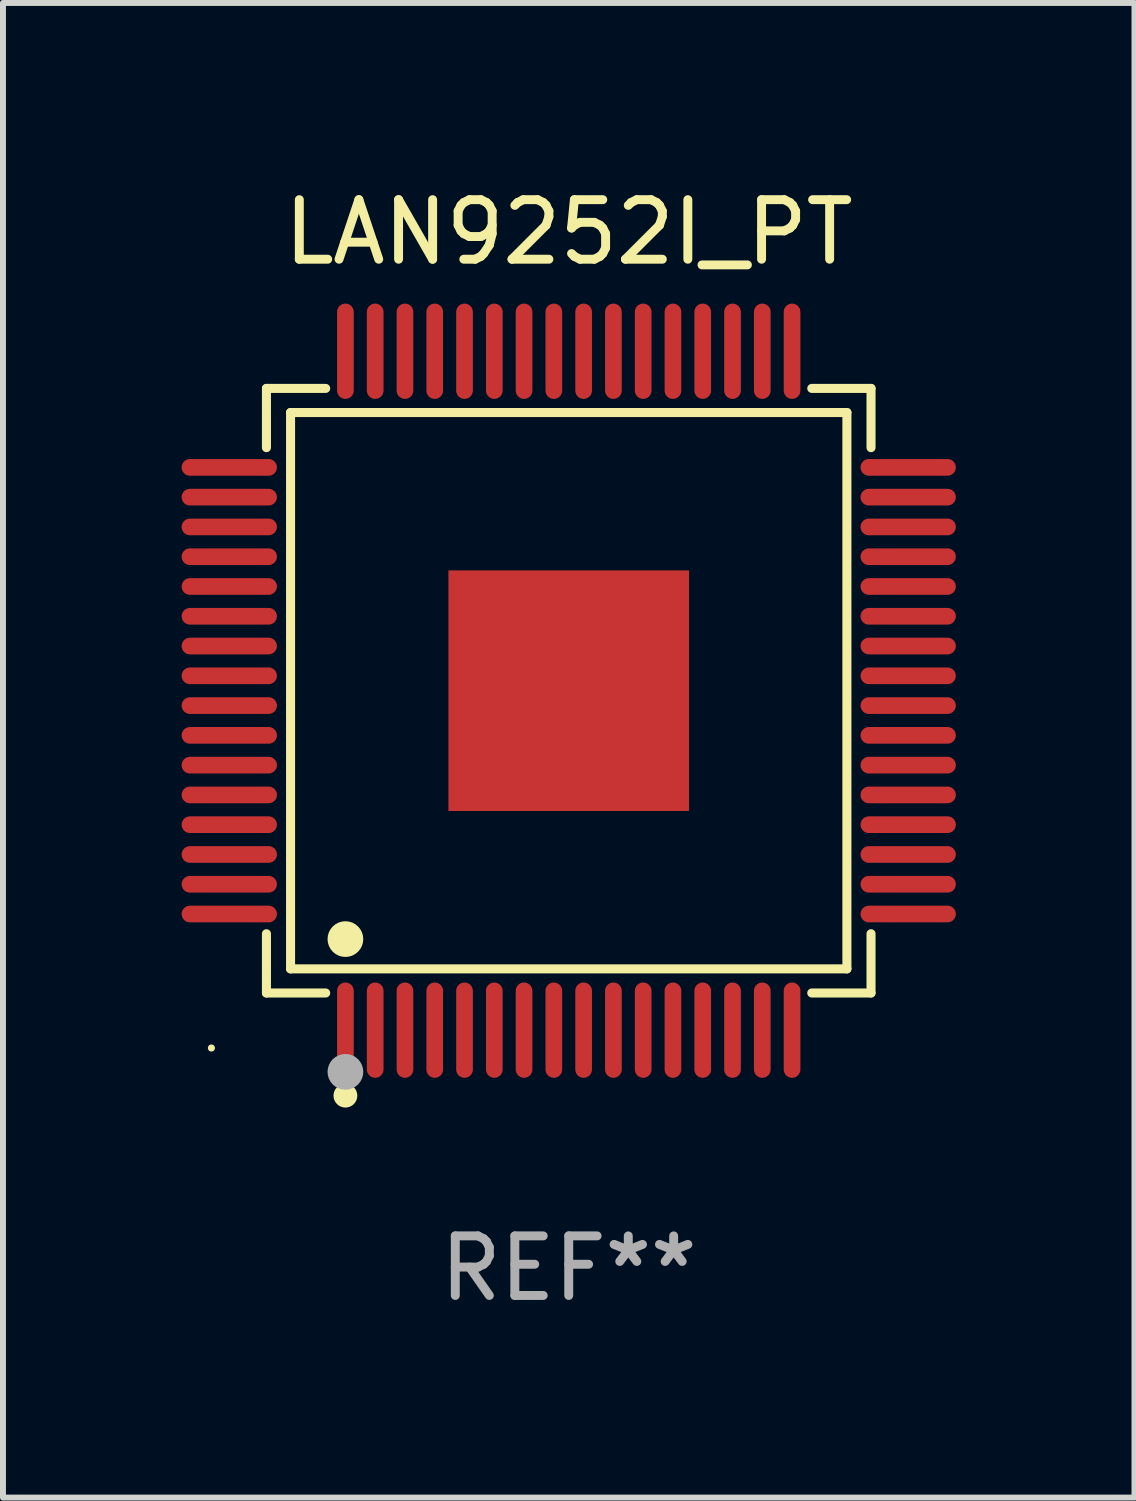
<source format=kicad_pcb>
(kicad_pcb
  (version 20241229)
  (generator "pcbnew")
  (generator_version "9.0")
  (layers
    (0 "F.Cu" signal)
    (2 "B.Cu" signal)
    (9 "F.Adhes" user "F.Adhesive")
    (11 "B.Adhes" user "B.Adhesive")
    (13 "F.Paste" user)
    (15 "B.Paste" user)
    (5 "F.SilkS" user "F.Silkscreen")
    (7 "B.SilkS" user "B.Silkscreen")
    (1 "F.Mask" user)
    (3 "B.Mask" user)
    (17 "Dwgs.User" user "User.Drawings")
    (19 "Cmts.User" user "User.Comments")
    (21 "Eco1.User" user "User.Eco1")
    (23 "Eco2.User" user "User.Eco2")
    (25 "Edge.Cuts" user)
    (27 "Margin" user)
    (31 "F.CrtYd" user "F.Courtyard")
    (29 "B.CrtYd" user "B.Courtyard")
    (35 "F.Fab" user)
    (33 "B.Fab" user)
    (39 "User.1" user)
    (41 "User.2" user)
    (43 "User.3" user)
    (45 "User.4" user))
  (footprint "LAN9252I_PT"
    (layer "F.Cu")
    (at 6.5 8.548)
    (property "Reference" "LAN9252I_PT" (at 0 -7.7 0) (layer "F.SilkS") (effects (font (size 1 1) (thickness 0.15))))
    (attr through_hole)
    (fp_line (start -5.076 -5.076) (end -4.081 -5.076) (stroke (width 0.152) (type solid)) (layer "F.SilkS"))
    (fp_line (start -5.076 -4.081) (end -5.076 -5.076) (stroke (width 0.152) (type solid)) (layer "F.SilkS"))
    (fp_line (start -5.076 4.081) (end -5.076 5.076) (stroke (width 0.152) (type solid)) (layer "F.SilkS"))
    (fp_line (start -5.076 5.076) (end -4.081 5.076) (stroke (width 0.152) (type solid)) (layer "F.SilkS"))
    (fp_line (start -4.671 -4.671) (end 4.671 -4.671) (stroke (width 0.152) (type solid)) (layer "F.SilkS"))
    (fp_line (start -4.671 4.671) (end -4.671 -4.671) (stroke (width 0.152) (type solid)) (layer "F.SilkS"))
    (fp_line (start 4.671 -4.671) (end 4.671 4.671) (stroke (width 0.152) (type solid)) (layer "F.SilkS"))
    (fp_line (start 4.671 4.671) (end -4.671 4.671) (stroke (width 0.152) (type solid)) (layer "F.SilkS"))
    (fp_line (start 5.076 -5.076) (end 4.081 -5.076) (stroke (width 0.152) (type solid)) (layer "F.SilkS"))
    (fp_line (start 5.076 -4.081) (end 5.076 -5.076) (stroke (width 0.152) (type solid)) (layer "F.SilkS"))
    (fp_line (start 5.076 4.081) (end 5.076 5.076) (stroke (width 0.152) (type solid)) (layer "F.SilkS"))
    (fp_line (start 5.076 5.076) (end 4.081 5.076) (stroke (width 0.152) (type solid)) (layer "F.SilkS"))
    (fp_circle (center -6 6) (end -5.97 6) (stroke (width 0.06) (type solid)) (fill no) (layer "F.SilkS"))
    (fp_circle (center -3.75 4.171) (end -3.6 4.171) (stroke (width 0.3) (type solid)) (fill no) (layer "F.SilkS"))
    (fp_circle (center -3.75 6.8) (end -3.65 6.8) (stroke (width 0.2) (type solid)) (fill no) (layer "F.SilkS"))
    (fp_circle (center -3.75 6.4) (end -3.6 6.4) (stroke (width 0.3) (type solid)) (fill no) (layer "F.Fab"))
    (fp_text user "REF**" (at 0 9.7 0) (layer "F.Fab") (effects (font (size 1 1) (thickness 0.15))))
    (pad "1" smd oval (at -3.75 5.7) (size 0.28 1.6) (layers "F.Cu" "F.Mask" "F.Paste"))
    (pad "2" smd oval (at -3.25 5.7) (size 0.28 1.6) (layers "F.Cu" "F.Mask" "F.Paste"))
    (pad "3" smd oval (at -2.75 5.7) (size 0.28 1.6) (layers "F.Cu" "F.Mask" "F.Paste"))
    (pad "4" smd oval (at -2.25 5.7) (size 0.28 1.6) (layers "F.Cu" "F.Mask" "F.Paste"))
    (pad "5" smd oval (at -1.75 5.7) (size 0.28 1.6) (layers "F.Cu" "F.Mask" "F.Paste"))
    (pad "6" smd oval (at -1.25 5.7) (size 0.28 1.6) (layers "F.Cu" "F.Mask" "F.Paste"))
    (pad "7" smd oval (at -0.75 5.7) (size 0.28 1.6) (layers "F.Cu" "F.Mask" "F.Paste"))
    (pad "8" smd oval (at -0.25 5.7) (size 0.28 1.6) (layers "F.Cu" "F.Mask" "F.Paste"))
    (pad "9" smd oval (at 0.25 5.7) (size 0.28 1.6) (layers "F.Cu" "F.Mask" "F.Paste"))
    (pad "10" smd oval (at 0.75 5.7) (size 0.28 1.6) (layers "F.Cu" "F.Mask" "F.Paste"))
    (pad "11" smd oval (at 1.25 5.7) (size 0.28 1.6) (layers "F.Cu" "F.Mask" "F.Paste"))
    (pad "12" smd oval (at 1.75 5.7) (size 0.28 1.6) (layers "F.Cu" "F.Mask" "F.Paste"))
    (pad "13" smd oval (at 2.25 5.7) (size 0.28 1.6) (layers "F.Cu" "F.Mask" "F.Paste"))
    (pad "14" smd oval (at 2.75 5.7) (size 0.28 1.6) (layers "F.Cu" "F.Mask" "F.Paste"))
    (pad "15" smd oval (at 3.25 5.7) (size 0.28 1.6) (layers "F.Cu" "F.Mask" "F.Paste"))
    (pad "16" smd oval (at 3.75 5.7) (size 0.28 1.6) (layers "F.Cu" "F.Mask" "F.Paste"))
    (pad "17" smd oval (at 5.7 3.75) (size 1.6 0.28) (layers "F.Cu" "F.Mask" "F.Paste"))
    (pad "18" smd oval (at 5.7 3.25) (size 1.6 0.28) (layers "F.Cu" "F.Mask" "F.Paste"))
    (pad "19" smd oval (at 5.7 2.75) (size 1.6 0.28) (layers "F.Cu" "F.Mask" "F.Paste"))
    (pad "20" smd oval (at 5.7 2.25) (size 1.6 0.28) (layers "F.Cu" "F.Mask" "F.Paste"))
    (pad "21" smd oval (at 5.7 1.75) (size 1.6 0.28) (layers "F.Cu" "F.Mask" "F.Paste"))
    (pad "22" smd oval (at 5.7 1.25) (size 1.6 0.28) (layers "F.Cu" "F.Mask" "F.Paste"))
    (pad "23" smd oval (at 5.7 0.75) (size 1.6 0.28) (layers "F.Cu" "F.Mask" "F.Paste"))
    (pad "24" smd oval (at 5.7 0.25) (size 1.6 0.28) (layers "F.Cu" "F.Mask" "F.Paste"))
    (pad "25" smd oval (at 5.7 -0.25) (size 1.6 0.28) (layers "F.Cu" "F.Mask" "F.Paste"))
    (pad "26" smd oval (at 5.7 -0.75) (size 1.6 0.28) (layers "F.Cu" "F.Mask" "F.Paste"))
    (pad "27" smd oval (at 5.7 -1.25) (size 1.6 0.28) (layers "F.Cu" "F.Mask" "F.Paste"))
    (pad "28" smd oval (at 5.7 -1.75) (size 1.6 0.28) (layers "F.Cu" "F.Mask" "F.Paste"))
    (pad "29" smd oval (at 5.7 -2.25) (size 1.6 0.28) (layers "F.Cu" "F.Mask" "F.Paste"))
    (pad "30" smd oval (at 5.7 -2.75) (size 1.6 0.28) (layers "F.Cu" "F.Mask" "F.Paste"))
    (pad "31" smd oval (at 5.7 -3.25) (size 1.6 0.28) (layers "F.Cu" "F.Mask" "F.Paste"))
    (pad "32" smd oval (at 5.7 -3.75) (size 1.6 0.28) (layers "F.Cu" "F.Mask" "F.Paste"))
    (pad "33" smd oval (at 3.75 -5.7) (size 0.28 1.6) (layers "F.Cu" "F.Mask" "F.Paste"))
    (pad "34" smd oval (at 3.25 -5.7) (size 0.28 1.6) (layers "F.Cu" "F.Mask" "F.Paste"))
    (pad "35" smd oval (at 2.75 -5.7) (size 0.28 1.6) (layers "F.Cu" "F.Mask" "F.Paste"))
    (pad "36" smd oval (at 2.25 -5.7) (size 0.28 1.6) (layers "F.Cu" "F.Mask" "F.Paste"))
    (pad "37" smd oval (at 1.75 -5.7) (size 0.28 1.6) (layers "F.Cu" "F.Mask" "F.Paste"))
    (pad "38" smd oval (at 1.25 -5.7) (size 0.28 1.6) (layers "F.Cu" "F.Mask" "F.Paste"))
    (pad "39" smd oval (at 0.75 -5.7) (size 0.28 1.6) (layers "F.Cu" "F.Mask" "F.Paste"))
    (pad "40" smd oval (at 0.25 -5.7) (size 0.28 1.6) (layers "F.Cu" "F.Mask" "F.Paste"))
    (pad "41" smd oval (at -0.25 -5.7) (size 0.28 1.6) (layers "F.Cu" "F.Mask" "F.Paste"))
    (pad "42" smd oval (at -0.75 -5.7) (size 0.28 1.6) (layers "F.Cu" "F.Mask" "F.Paste"))
    (pad "43" smd oval (at -1.25 -5.7) (size 0.28 1.6) (layers "F.Cu" "F.Mask" "F.Paste"))
    (pad "44" smd oval (at -1.75 -5.7) (size 0.28 1.6) (layers "F.Cu" "F.Mask" "F.Paste"))
    (pad "45" smd oval (at -2.25 -5.7) (size 0.28 1.6) (layers "F.Cu" "F.Mask" "F.Paste"))
    (pad "46" smd oval (at -2.75 -5.7) (size 0.28 1.6) (layers "F.Cu" "F.Mask" "F.Paste"))
    (pad "47" smd oval (at -3.25 -5.7) (size 0.28 1.6) (layers "F.Cu" "F.Mask" "F.Paste"))
    (pad "48" smd oval (at -3.75 -5.7) (size 0.28 1.6) (layers "F.Cu" "F.Mask" "F.Paste"))
    (pad "49" smd oval (at -5.7 -3.75) (size 1.6 0.28) (layers "F.Cu" "F.Mask" "F.Paste"))
    (pad "50" smd oval (at -5.7 -3.25) (size 1.6 0.28) (layers "F.Cu" "F.Mask" "F.Paste"))
    (pad "51" smd oval (at -5.7 -2.75) (size 1.6 0.28) (layers "F.Cu" "F.Mask" "F.Paste"))
    (pad "52" smd oval (at -5.7 -2.25) (size 1.6 0.28) (layers "F.Cu" "F.Mask" "F.Paste"))
    (pad "53" smd oval (at -5.7 -1.75) (size 1.6 0.28) (layers "F.Cu" "F.Mask" "F.Paste"))
    (pad "54" smd oval (at -5.7 -1.25) (size 1.6 0.28) (layers "F.Cu" "F.Mask" "F.Paste"))
    (pad "55" smd oval (at -5.7 -0.75) (size 1.6 0.28) (layers "F.Cu" "F.Mask" "F.Paste"))
    (pad "56" smd oval (at -5.7 -0.25) (size 1.6 0.28) (layers "F.Cu" "F.Mask" "F.Paste"))
    (pad "57" smd oval (at -5.7 0.25) (size 1.6 0.28) (layers "F.Cu" "F.Mask" "F.Paste"))
    (pad "58" smd oval (at -5.7 0.75) (size 1.6 0.28) (layers "F.Cu" "F.Mask" "F.Paste"))
    (pad "59" smd oval (at -5.7 1.25) (size 1.6 0.28) (layers "F.Cu" "F.Mask" "F.Paste"))
    (pad "60" smd oval (at -5.7 1.75) (size 1.6 0.28) (layers "F.Cu" "F.Mask" "F.Paste"))
    (pad "61" smd oval (at -5.7 2.25) (size 1.6 0.28) (layers "F.Cu" "F.Mask" "F.Paste"))
    (pad "62" smd oval (at -5.7 2.75) (size 1.6 0.28) (layers "F.Cu" "F.Mask" "F.Paste"))
    (pad "63" smd oval (at -5.7 3.25) (size 1.6 0.28) (layers "F.Cu" "F.Mask" "F.Paste"))
    (pad "64" smd oval (at -5.7 3.75) (size 1.6 0.28) (layers "F.Cu" "F.Mask" "F.Paste"))
    (pad "65" smd rect (at 0 0) (size 4.04 4.04) (layers "F.Cu" "F.Mask" "F.Paste")))
  (gr_rect
    (start -3 -3)
    (end 16 22.097)
    (stroke (width 0.1) (type default))
    (fill no)
    (layer "Edge.Cuts")))
</source>
